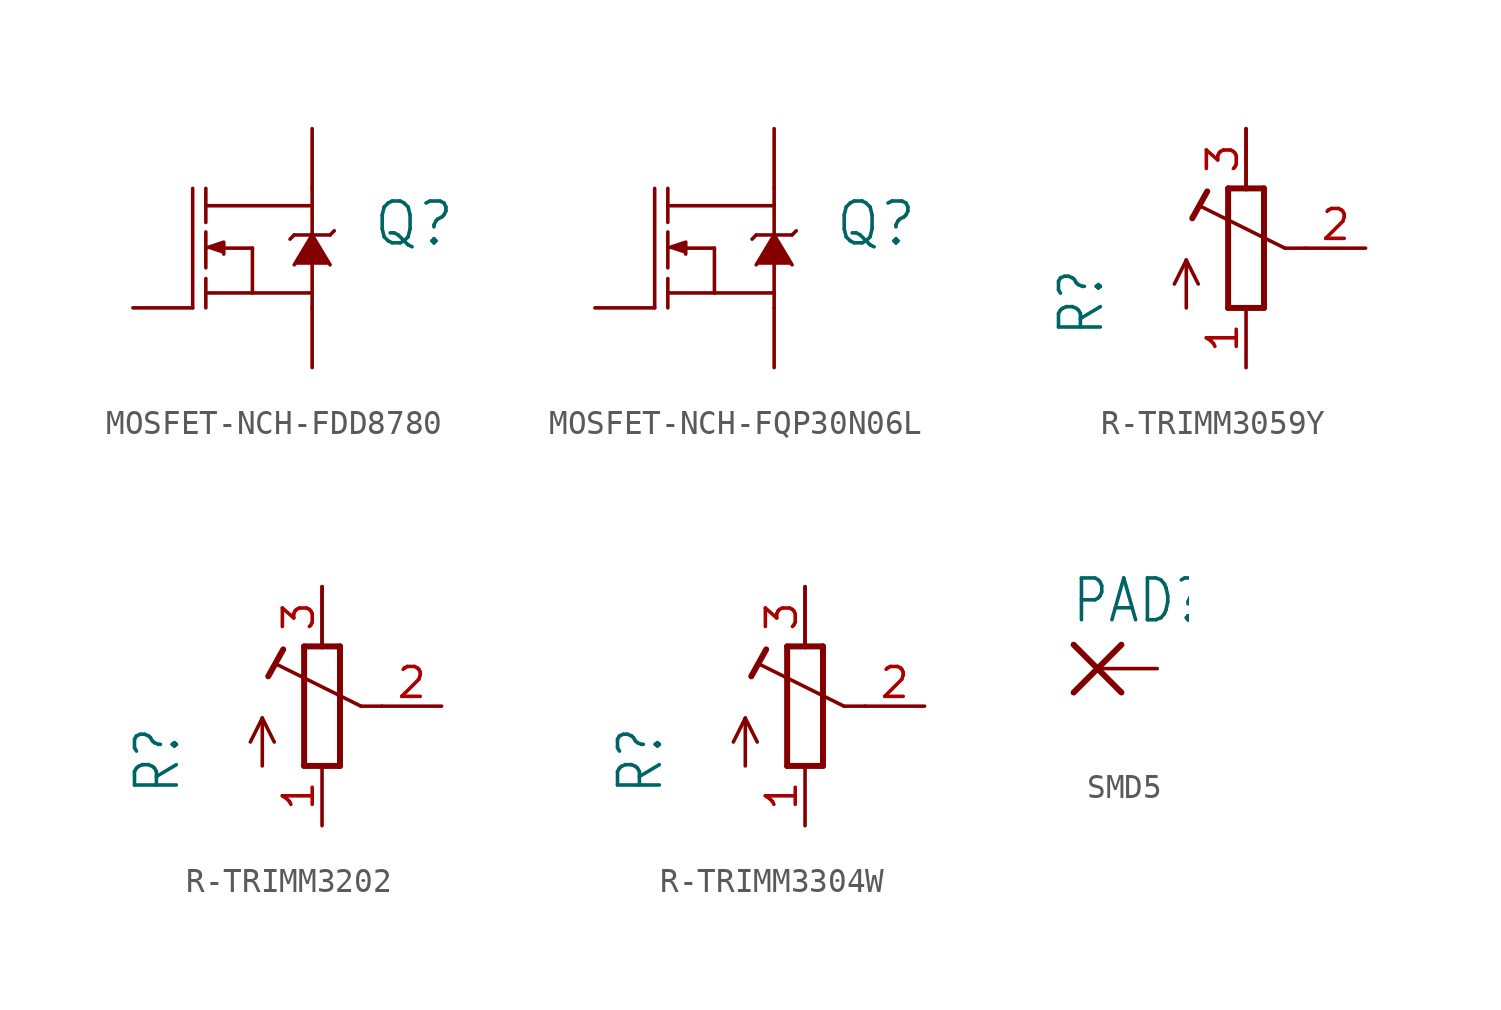
<source format=kicad_sym>
(kicad_symbol_lib
  (version 20231120)
  (generator "kicad_symbol_editor")
  (generator_version "8.0")
  (symbol "MOSFET-NCH-FDD8780"
    (property "Reference" "Q"
      (at 5.08 0 0)
      (effects (font (size 1.778 1.778)) (justify left bottom)))
    (property "Value" ""
      (at 5.08 -2.54 0)
      (effects (font (size 1.778 1.778)) (justify left bottom)))
    (property "ki_locked" ""
      (at 0 0 0)
      (effects (font (size 1.27 1.27))))
    (symbol "MOSFET-NCH-FDD8780_1_0"
      (polyline (pts (xy -2.54 -2.54) (xy -2.54 2.54)) (stroke (width 0.152) (type solid)) (fill (type none)))
      (polyline (pts (xy -1.981 -1.905) (xy -1.981 -2.54)) (stroke (width 0.152) (type solid)) (fill (type none)))
      (polyline (pts (xy -1.981 -1.905) (xy 0 -1.905)) (stroke (width 0.152) (type solid)) (fill (type none)))
      (polyline (pts (xy -1.981 -1.295) (xy -1.981 -1.905)) (stroke (width 0.152) (type solid)) (fill (type none)))
      (polyline (pts (xy -1.981 0.686) (xy -1.981 -0.838)) (stroke (width 0.152) (type solid)) (fill (type none)))
      (polyline (pts (xy -1.981 1.803) (xy -1.981 1.092)) (stroke (width 0.152) (type solid)) (fill (type none)))
      (polyline (pts (xy -1.981 1.803) (xy 2.54 1.803)) (stroke (width 0.152) (type solid)) (fill (type none)))
      (polyline (pts (xy -1.981 2.54) (xy -1.981 1.803)) (stroke (width 0.152) (type solid)) (fill (type none)))
      (polyline (pts (xy 0 -1.905) (xy 0 0)) (stroke (width 0.152) (type solid)) (fill (type none)))
      (polyline (pts (xy 0 0) (xy -1.219 0)) (stroke (width 0.152) (type solid)) (fill (type none)))
      (polyline (pts (xy 1.6 0.381) (xy 1.778 0.559)) (stroke (width 0.152) (type solid)) (fill (type none)))
      (polyline (pts (xy 2.54 -2.54) (xy 2.54 -1.905)) (stroke (width 0.152) (type solid)) (fill (type none)))
      (polyline (pts (xy 2.54 -1.905) (xy 0 -1.905)) (stroke (width 0.152) (type solid)) (fill (type none)))
      (polyline (pts (xy 2.54 -0.711) (xy 2.54 -1.905)) (stroke (width 0.152) (type solid)) (fill (type none)))
      (polyline (pts (xy 2.54 0.559) (xy 1.778 0.559)) (stroke (width 0.152) (type solid)) (fill (type none)))
      (polyline (pts (xy 2.54 0.559) (xy 3.302 0.559)) (stroke (width 0.152) (type solid)) (fill (type none)))
      (polyline (pts (xy 2.54 1.803) (xy 2.54 0.559)) (stroke (width 0.152) (type solid)) (fill (type none)))
      (polyline (pts (xy 2.54 2.54) (xy 2.54 1.803)) (stroke (width 0.152) (type solid)) (fill (type none)))
      (polyline (pts (xy 3.302 0.559) (xy 3.48 0.737)) (stroke (width 0.152) (type solid)) (fill (type none)))
      (polyline (pts (xy -1.981 0) (xy -1.219 0.254) (xy -1.219 -0.254)) (stroke (width 0.152) (type solid)) (fill (type outline)))
      (polyline (pts (xy 1.778 -0.711) (xy 2.54 0.559) (xy 3.302 -0.711)) (stroke (width 0.152) (type solid)) (fill (type outline)))
      (pin bidirectional line (at -5.08 -2.54 0) (length 2.54) (name "G" (effects (font (size 0 0)))) (number "1" (effects (font (size 0 0)))))
      (pin bidirectional line (at 2.54 -5.08 90) (length 2.54) (name "S" (effects (font (size 0 0)))) (number "3" (effects (font (size 0 0)))))
      (pin bidirectional line (at 2.54 5.08 270) (length 2.54) (name "D" (effects (font (size 0 0)))) (number "4" (effects (font (size 0 0)))))))
  (symbol "MOSFET-NCH-FQP30N06L"
    (property "Reference" "Q"
      (at 5.08 0 0)
      (effects (font (size 1.778 1.778)) (justify left bottom)))
    (property "Value" ""
      (at 5.08 -2.54 0)
      (effects (font (size 1.778 1.778)) (justify left bottom)))
    (property "ki_locked" ""
      (at 0 0 0)
      (effects (font (size 1.27 1.27))))
    (symbol "MOSFET-NCH-FQP30N06L_1_0"
      (polyline (pts (xy -2.54 -2.54) (xy -2.54 2.54)) (stroke (width 0.152) (type solid)) (fill (type none)))
      (polyline (pts (xy -1.981 -1.905) (xy -1.981 -2.54)) (stroke (width 0.152) (type solid)) (fill (type none)))
      (polyline (pts (xy -1.981 -1.905) (xy 0 -1.905)) (stroke (width 0.152) (type solid)) (fill (type none)))
      (polyline (pts (xy -1.981 -1.295) (xy -1.981 -1.905)) (stroke (width 0.152) (type solid)) (fill (type none)))
      (polyline (pts (xy -1.981 0.686) (xy -1.981 -0.838)) (stroke (width 0.152) (type solid)) (fill (type none)))
      (polyline (pts (xy -1.981 1.803) (xy -1.981 1.092)) (stroke (width 0.152) (type solid)) (fill (type none)))
      (polyline (pts (xy -1.981 1.803) (xy 2.54 1.803)) (stroke (width 0.152) (type solid)) (fill (type none)))
      (polyline (pts (xy -1.981 2.54) (xy -1.981 1.803)) (stroke (width 0.152) (type solid)) (fill (type none)))
      (polyline (pts (xy 0 -1.905) (xy 0 0)) (stroke (width 0.152) (type solid)) (fill (type none)))
      (polyline (pts (xy 0 0) (xy -1.219 0)) (stroke (width 0.152) (type solid)) (fill (type none)))
      (polyline (pts (xy 1.6 0.381) (xy 1.778 0.559)) (stroke (width 0.152) (type solid)) (fill (type none)))
      (polyline (pts (xy 2.54 -2.54) (xy 2.54 -1.905)) (stroke (width 0.152) (type solid)) (fill (type none)))
      (polyline (pts (xy 2.54 -1.905) (xy 0 -1.905)) (stroke (width 0.152) (type solid)) (fill (type none)))
      (polyline (pts (xy 2.54 -0.711) (xy 2.54 -1.905)) (stroke (width 0.152) (type solid)) (fill (type none)))
      (polyline (pts (xy 2.54 0.559) (xy 1.778 0.559)) (stroke (width 0.152) (type solid)) (fill (type none)))
      (polyline (pts (xy 2.54 0.559) (xy 3.302 0.559)) (stroke (width 0.152) (type solid)) (fill (type none)))
      (polyline (pts (xy 2.54 1.803) (xy 2.54 0.559)) (stroke (width 0.152) (type solid)) (fill (type none)))
      (polyline (pts (xy 2.54 2.54) (xy 2.54 1.803)) (stroke (width 0.152) (type solid)) (fill (type none)))
      (polyline (pts (xy 3.302 0.559) (xy 3.48 0.737)) (stroke (width 0.152) (type solid)) (fill (type none)))
      (polyline (pts (xy -1.981 0) (xy -1.219 0.254) (xy -1.219 -0.254)) (stroke (width 0.152) (type solid)) (fill (type outline)))
      (polyline (pts (xy 1.778 -0.711) (xy 2.54 0.559) (xy 3.302 -0.711)) (stroke (width 0.152) (type solid)) (fill (type outline)))
      (pin bidirectional line (at -5.08 -2.54 0) (length 2.54) (name "G" (effects (font (size 0 0)))) (number "1" (effects (font (size 0 0)))))
      (pin bidirectional line (at 2.54 5.08 270) (length 2.54) (name "D" (effects (font (size 0 0)))) (number "2" (effects (font (size 0 0)))))
      (pin bidirectional line (at 2.54 -5.08 90) (length 2.54) (name "S" (effects (font (size 0 0)))) (number "3" (effects (font (size 0 0)))))))
  (symbol "R-TRIMM3059Y"
    (property "Reference" "R"
      (at -5.969 -3.81 90)
      (effects (font (size 1.778 1.511)) (justify left bottom)))
    (property "Value" ""
      (at -3.81 -3.81 90)
      (effects (font (size 1.778 1.511)) (justify left bottom)))
    (property "ki_locked" ""
      (at 0 0 0)
      (effects (font (size 1.27 1.27))))
    (symbol "R-TRIMM3059Y_1_0"
      (polyline (pts (xy -2.54 -2.54) (xy -2.54 -0.508)) (stroke (width 0.152) (type solid)) (fill (type none)))
      (polyline (pts (xy -2.54 -0.508) (xy -3.048 -1.524)) (stroke (width 0.152) (type solid)) (fill (type none)))
      (polyline (pts (xy -2.54 -0.508) (xy -2.032 -1.524)) (stroke (width 0.152) (type solid)) (fill (type none)))
      (polyline (pts (xy -2.286 1.27) (xy -1.651 2.413)) (stroke (width 0.254) (type solid)) (fill (type none)))
      (polyline (pts (xy -0.762 -2.54) (xy 0.762 -2.54)) (stroke (width 0.254) (type solid)) (fill (type none)))
      (polyline (pts (xy -0.762 2.54) (xy -0.762 -2.54)) (stroke (width 0.254) (type solid)) (fill (type none)))
      (polyline (pts (xy 0 2.54) (xy -0.762 2.54)) (stroke (width 0.254) (type solid)) (fill (type none)))
      (polyline (pts (xy 0 2.54) (xy 0 5.08)) (stroke (width 0.152) (type solid)) (fill (type none)))
      (polyline (pts (xy 0.762 -2.54) (xy 0.762 2.54)) (stroke (width 0.254) (type solid)) (fill (type none)))
      (polyline (pts (xy 0.762 2.54) (xy 0 2.54)) (stroke (width 0.254) (type solid)) (fill (type none)))
      (polyline (pts (xy 1.651 0) (xy -1.88 1.753)) (stroke (width 0.152) (type solid)) (fill (type none)))
      (polyline (pts (xy 2.54 0) (xy 1.651 0)) (stroke (width 0.152) (type solid)) (fill (type none)))
      (pin passive line (at 0 -5.08 90) (length 2.54) (name "A" (effects (font (size 0 0)))) (number "1" (effects (font (size 1.27 1.27)))))
      (pin passive line (at 5.08 0 180) (length 2.54) (name "S" (effects (font (size 0 0)))) (number "2" (effects (font (size 1.27 1.27)))))
      (pin passive line (at 0 5.08 270) (length 2.54) (name "E" (effects (font (size 0 0)))) (number "3" (effects (font (size 1.27 1.27)))))))
  (symbol "R-TRIMM3202"
    (property "Reference" "R"
      (at -5.969 -3.81 90)
      (effects (font (size 1.778 1.511)) (justify left bottom)))
    (property "Value" ""
      (at -3.81 -3.81 90)
      (effects (font (size 1.778 1.511)) (justify left bottom)))
    (property "ki_locked" ""
      (at 0 0 0)
      (effects (font (size 1.27 1.27))))
    (symbol "R-TRIMM3202_1_0"
      (polyline (pts (xy -2.54 -2.54) (xy -2.54 -0.508)) (stroke (width 0.152) (type solid)) (fill (type none)))
      (polyline (pts (xy -2.54 -0.508) (xy -3.048 -1.524)) (stroke (width 0.152) (type solid)) (fill (type none)))
      (polyline (pts (xy -2.54 -0.508) (xy -2.032 -1.524)) (stroke (width 0.152) (type solid)) (fill (type none)))
      (polyline (pts (xy -2.286 1.27) (xy -1.651 2.413)) (stroke (width 0.254) (type solid)) (fill (type none)))
      (polyline (pts (xy -0.762 -2.54) (xy 0.762 -2.54)) (stroke (width 0.254) (type solid)) (fill (type none)))
      (polyline (pts (xy -0.762 2.54) (xy -0.762 -2.54)) (stroke (width 0.254) (type solid)) (fill (type none)))
      (polyline (pts (xy 0 2.54) (xy -0.762 2.54)) (stroke (width 0.254) (type solid)) (fill (type none)))
      (polyline (pts (xy 0 2.54) (xy 0 5.08)) (stroke (width 0.152) (type solid)) (fill (type none)))
      (polyline (pts (xy 0.762 -2.54) (xy 0.762 2.54)) (stroke (width 0.254) (type solid)) (fill (type none)))
      (polyline (pts (xy 0.762 2.54) (xy 0 2.54)) (stroke (width 0.254) (type solid)) (fill (type none)))
      (polyline (pts (xy 1.651 0) (xy -1.88 1.753)) (stroke (width 0.152) (type solid)) (fill (type none)))
      (polyline (pts (xy 2.54 0) (xy 1.651 0)) (stroke (width 0.152) (type solid)) (fill (type none)))
      (pin passive line (at 0 -5.08 90) (length 2.54) (name "A" (effects (font (size 0 0)))) (number "1" (effects (font (size 1.27 1.27)))))
      (pin passive line (at 5.08 0 180) (length 2.54) (name "S" (effects (font (size 0 0)))) (number "2" (effects (font (size 1.27 1.27)))))
      (pin passive line (at 0 5.08 270) (length 2.54) (name "E" (effects (font (size 0 0)))) (number "3" (effects (font (size 1.27 1.27)))))))
  (symbol "R-TRIMM3304W"
    (property "Reference" "R"
      (at -5.969 -3.81 90)
      (effects (font (size 1.778 1.511)) (justify left bottom)))
    (property "Value" ""
      (at -3.81 -3.81 90)
      (effects (font (size 1.778 1.511)) (justify left bottom)))
    (property "ki_locked" ""
      (at 0 0 0)
      (effects (font (size 1.27 1.27))))
    (symbol "R-TRIMM3304W_1_0"
      (polyline (pts (xy -2.54 -2.54) (xy -2.54 -0.508)) (stroke (width 0.152) (type solid)) (fill (type none)))
      (polyline (pts (xy -2.54 -0.508) (xy -3.048 -1.524)) (stroke (width 0.152) (type solid)) (fill (type none)))
      (polyline (pts (xy -2.54 -0.508) (xy -2.032 -1.524)) (stroke (width 0.152) (type solid)) (fill (type none)))
      (polyline (pts (xy -2.286 1.27) (xy -1.651 2.413)) (stroke (width 0.254) (type solid)) (fill (type none)))
      (polyline (pts (xy -0.762 -2.54) (xy 0.762 -2.54)) (stroke (width 0.254) (type solid)) (fill (type none)))
      (polyline (pts (xy -0.762 2.54) (xy -0.762 -2.54)) (stroke (width 0.254) (type solid)) (fill (type none)))
      (polyline (pts (xy 0 2.54) (xy -0.762 2.54)) (stroke (width 0.254) (type solid)) (fill (type none)))
      (polyline (pts (xy 0 2.54) (xy 0 5.08)) (stroke (width 0.152) (type solid)) (fill (type none)))
      (polyline (pts (xy 0.762 -2.54) (xy 0.762 2.54)) (stroke (width 0.254) (type solid)) (fill (type none)))
      (polyline (pts (xy 0.762 2.54) (xy 0 2.54)) (stroke (width 0.254) (type solid)) (fill (type none)))
      (polyline (pts (xy 1.651 0) (xy -1.88 1.753)) (stroke (width 0.152) (type solid)) (fill (type none)))
      (polyline (pts (xy 2.54 0) (xy 1.651 0)) (stroke (width 0.152) (type solid)) (fill (type none)))
      (pin passive line (at 0 -5.08 90) (length 2.54) (name "A" (effects (font (size 0 0)))) (number "1" (effects (font (size 1.27 1.27)))))
      (pin passive line (at 5.08 0 180) (length 2.54) (name "S" (effects (font (size 0 0)))) (number "2" (effects (font (size 1.27 1.27)))))
      (pin passive line (at 0 5.08 270) (length 2.54) (name "E" (effects (font (size 0 0)))) (number "3" (effects (font (size 1.27 1.27)))))))
  (symbol "SMD5"
    (property "Reference" "PAD"
      (at -1.143 1.854 0)
      (effects (font (size 1.778 1.511)) (justify left bottom)))
    (property "Value" ""
      (at -1.143 -3.302 0)
      (effects (font (size 1.778 1.511)) (justify left bottom)))
    (property "ki_locked" ""
      (at 0 0 0)
      (effects (font (size 1.27 1.27))))
    (symbol "SMD5_1_0"
      (polyline (pts (xy -1.016 -1.016) (xy 1.016 1.016)) (stroke (width 0.254) (type solid)) (fill (type none)))
      (polyline (pts (xy -1.016 1.016) (xy 1.016 -1.016)) (stroke (width 0.254) (type solid)) (fill (type none)))
      (pin passive line (at 2.54 0 180) (length 2.54) (name "P" (effects (font (size 0 0)))) (number "1" (effects (font (size 0 0))))))))
</source>
